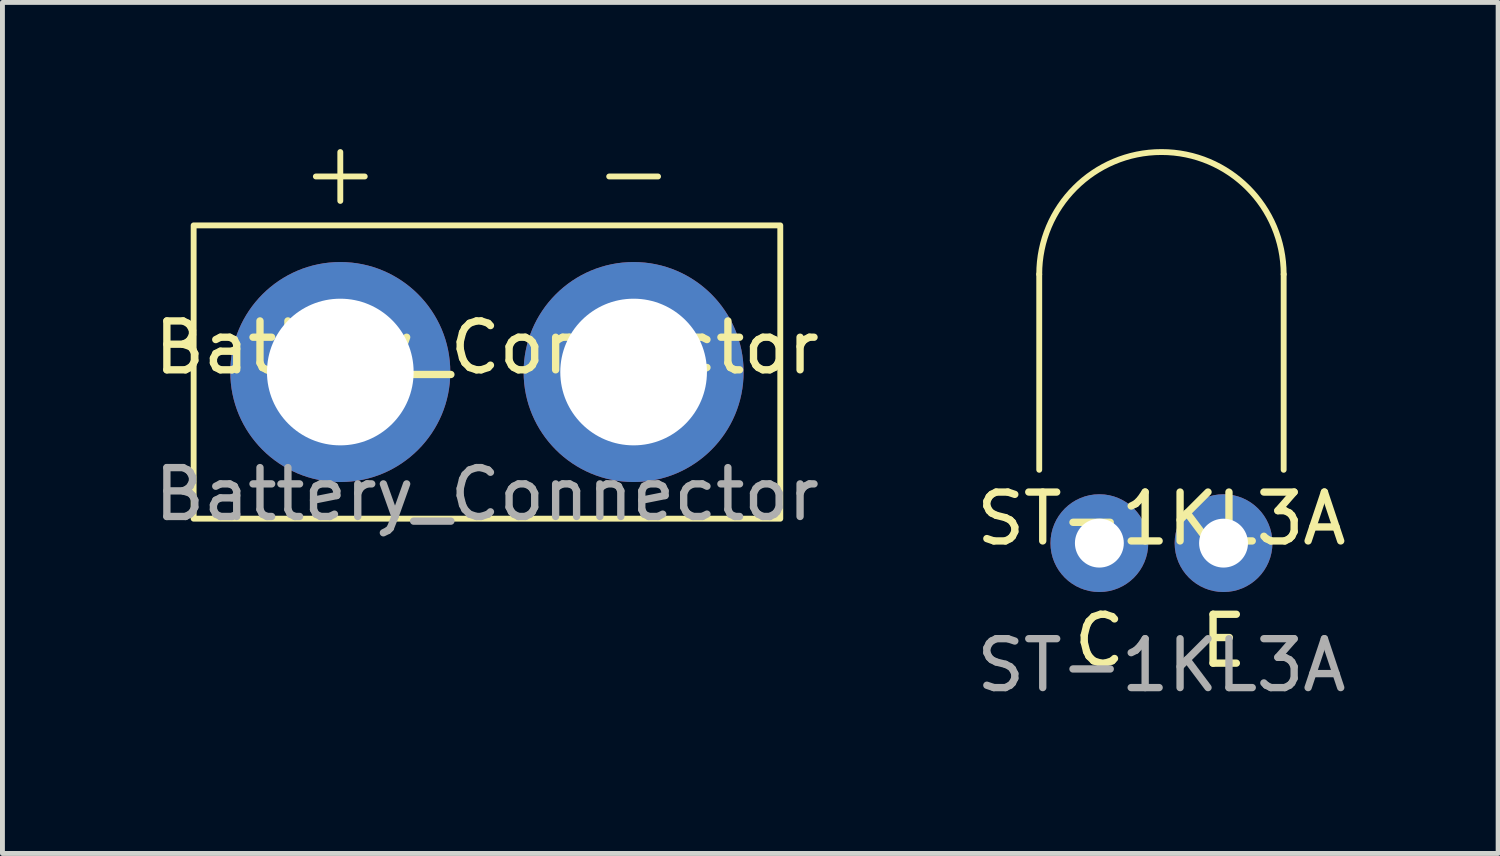
<source format=kicad_pcb>
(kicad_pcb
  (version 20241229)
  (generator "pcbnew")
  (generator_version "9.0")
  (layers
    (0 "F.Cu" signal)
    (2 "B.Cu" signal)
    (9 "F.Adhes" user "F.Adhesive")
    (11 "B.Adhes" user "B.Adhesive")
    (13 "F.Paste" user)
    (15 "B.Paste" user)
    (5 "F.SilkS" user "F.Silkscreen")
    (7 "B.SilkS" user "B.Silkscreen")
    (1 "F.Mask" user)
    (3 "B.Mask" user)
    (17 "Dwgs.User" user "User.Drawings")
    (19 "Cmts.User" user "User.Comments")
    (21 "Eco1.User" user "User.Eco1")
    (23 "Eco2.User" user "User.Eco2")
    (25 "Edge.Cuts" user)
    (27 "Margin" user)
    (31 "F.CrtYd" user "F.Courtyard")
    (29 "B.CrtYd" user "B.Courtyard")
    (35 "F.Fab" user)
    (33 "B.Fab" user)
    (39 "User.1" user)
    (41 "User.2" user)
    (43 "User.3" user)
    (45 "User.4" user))
  (footprint "ST-1KL3A"
    (layer "F.Cu")
    (at 20.708 8.06)
    (property "Reference" "ST-1KL3A" (at 0 -0.5 0) (unlocked yes) (layer "F.SilkS") (effects (font (size 1 1) (thickness 0.15))))
    (attr smd)
    (fp_line (start -2.5 -1.5) (end -2.5 -5.5) (stroke (width 0.12) (type default)) (layer "F.SilkS"))
    (fp_line (start 2.5 -1.5) (end 2.5 -5.5) (stroke (width 0.12) (type default)) (layer "F.SilkS"))
    (fp_arc (start -2.5 -5.5) (mid 0 -8) (end 2.5 -5.5) (stroke (width 0.12) (type default)) (layer "F.SilkS"))
    (fp_text user "E" (at 1.27 2 0) (unlocked yes) (layer "F.SilkS") (effects (font (size 1 1) (thickness 0.15))))
    (fp_text user "C" (at -1.27 2 0) (unlocked yes) (layer "F.SilkS") (effects (font (size 1 1) (thickness 0.15))))
    (fp_text user "${REFERENCE}" (at 0 2.5 0) (unlocked yes) (layer "F.Fab") (effects (font (size 1 1) (thickness 0.15))))
    (pad "1" thru_hole circle (at -1.27 0) (size 2 2) (drill 1) (layers "*.Cu" "*.Mask"))
    (pad "2" thru_hole circle (at 1.27 0) (size 2 2) (drill 1) (layers "*.Cu" "*.Mask")))
  (footprint "Battery_Connector"
    (layer "F.Cu")
    (at 6.911 4.56)
    (property "Reference" "Battery_Connector" (at 0 -0.5 0) (unlocked yes) (layer "F.SilkS") (effects (font (size 1 1) (thickness 0.15))))
    (attr smd)
    (fp_line (start -3 -4.5) (end -3 -3.5) (stroke (width 0.12) (type default)) (layer "F.SilkS"))
    (fp_line (start -2.5 -4) (end -3.5 -4) (stroke (width 0.12) (type default)) (layer "F.SilkS"))
    (fp_line (start 2.5 -4) (end 3.5 -4) (stroke (width 0.12) (type default)) (layer "F.SilkS"))
    (fp_rect (start -6 -3) (end 6 3) (stroke (width 0.12) (type default)) (fill no) (layer "F.SilkS"))
    (fp_text user "${REFERENCE}" (at 0 2.5 0) (unlocked yes) (layer "F.Fab") (effects (font (size 1 1) (thickness 0.15))))
    (pad "1" thru_hole circle (at -3 0) (size 4.5 4.5) (drill 3) (layers "*.Cu" "*.Mask"))
    (pad "2" thru_hole circle (at 3 0) (size 4.5 4.5) (drill 3) (layers "*.Cu" "*.Mask")))
  (gr_rect
    (start -3 -3)
    (end 27.595 14.408)
    (stroke (width 0.1) (type default))
    (fill no)
    (layer "Edge.Cuts")))
</source>
